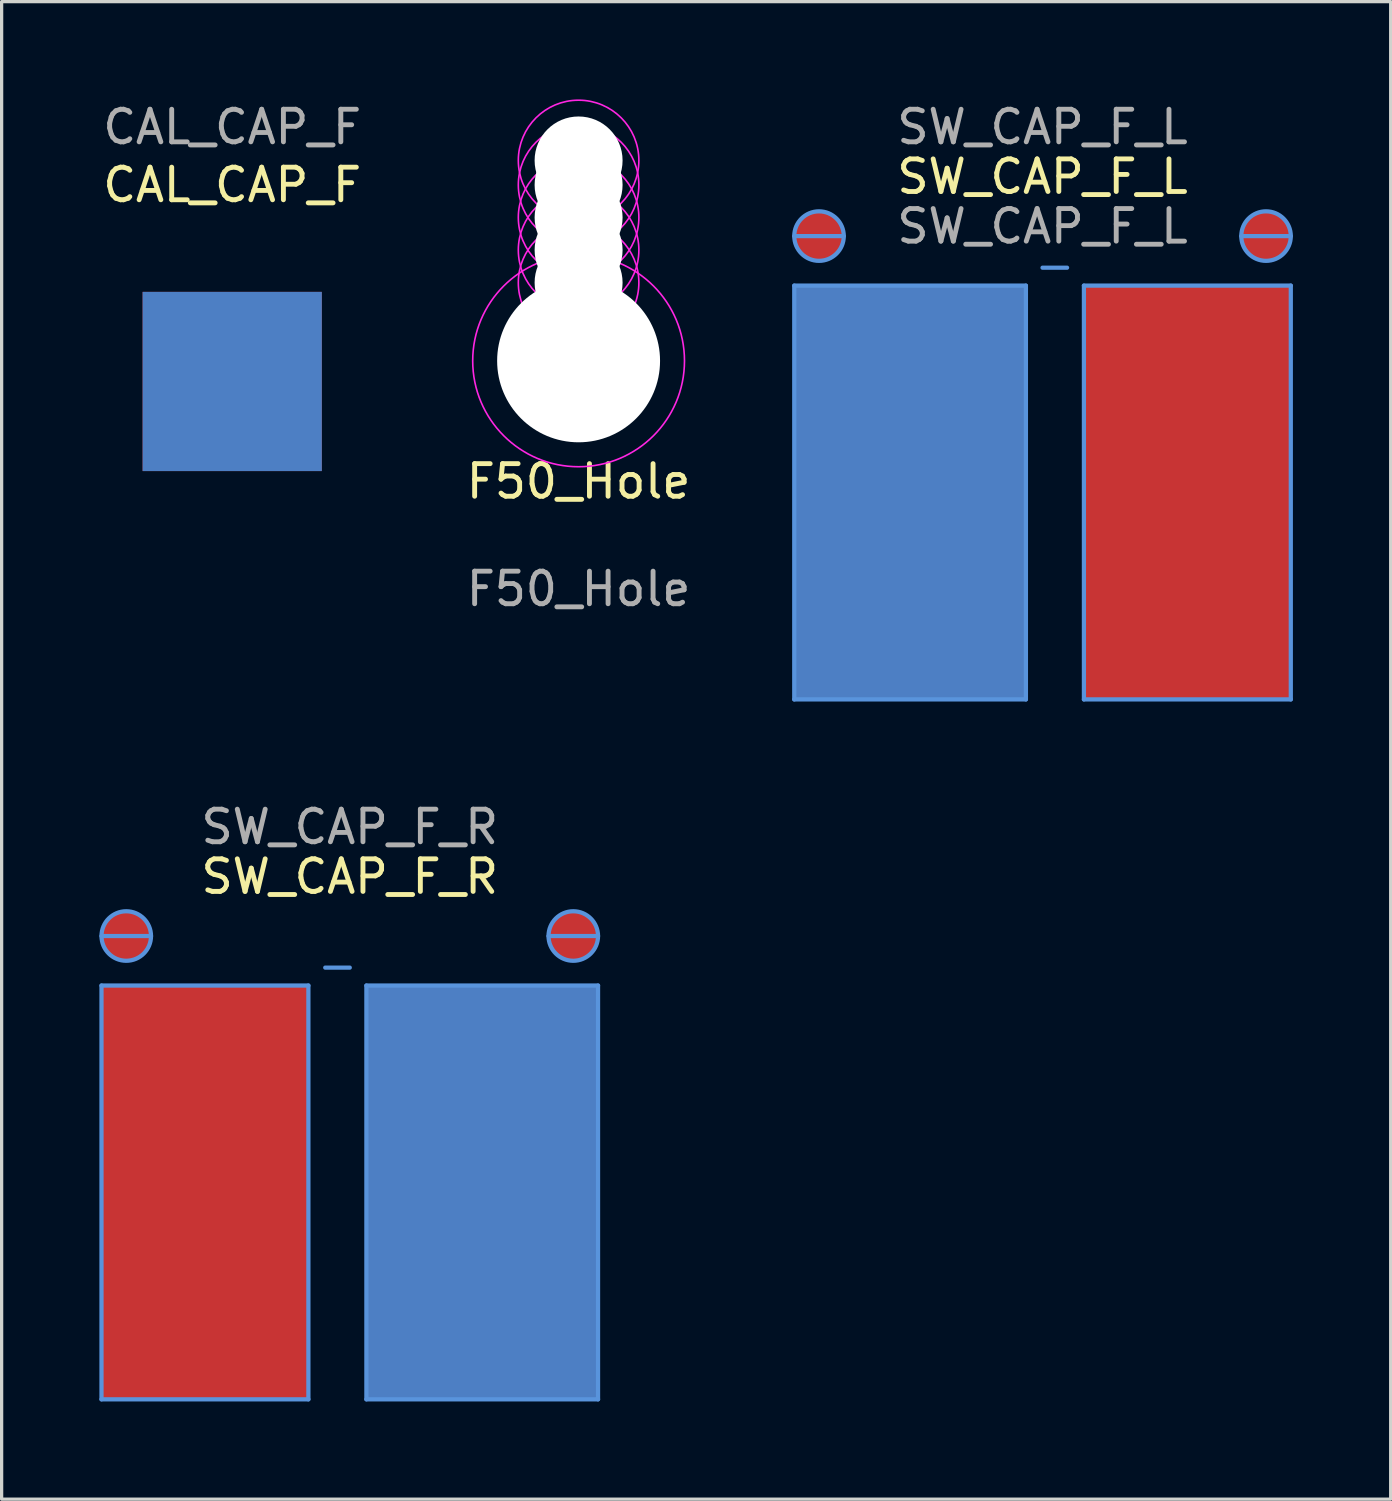
<source format=kicad_pcb>
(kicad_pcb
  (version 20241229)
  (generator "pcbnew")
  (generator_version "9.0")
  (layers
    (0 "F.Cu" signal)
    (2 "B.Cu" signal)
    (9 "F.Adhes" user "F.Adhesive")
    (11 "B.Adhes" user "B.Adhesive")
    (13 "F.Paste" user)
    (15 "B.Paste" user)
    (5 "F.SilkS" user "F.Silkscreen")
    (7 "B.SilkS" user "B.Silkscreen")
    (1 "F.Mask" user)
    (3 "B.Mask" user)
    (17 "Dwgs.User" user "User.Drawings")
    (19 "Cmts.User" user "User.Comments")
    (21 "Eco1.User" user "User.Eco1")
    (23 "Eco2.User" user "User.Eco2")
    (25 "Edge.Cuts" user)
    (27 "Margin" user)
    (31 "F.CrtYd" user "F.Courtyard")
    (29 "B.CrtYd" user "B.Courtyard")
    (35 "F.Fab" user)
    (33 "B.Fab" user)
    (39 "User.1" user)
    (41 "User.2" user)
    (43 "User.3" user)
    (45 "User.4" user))
  (footprint "SW_CAP_F_L"
    (layer "F.Cu")
    (at 28.947 5.166)
    (property "Reference" "SW_CAP_F_L" (at 0 -2.794 0) (unlocked yes) (layer "F.SilkS") (effects (font (size 1 1) (thickness 0.15))))
    (attr smd)
    (fp_line (start -7.62 -0.97) (end -6.1 -0.97) (stroke (width 0.13) (type solid)) (layer "Cmts.User"))
    (fp_line (start -7.62 0.55) (end -7.62 13.25) (stroke (width 0.13) (type solid)) (layer "Cmts.User"))
    (fp_line (start -7.62 13.25) (end -0.51 13.25) (stroke (width 0.13) (type solid)) (layer "Cmts.User"))
    (fp_line (start -0.51 0.55) (end -7.62 0.55) (stroke (width 0.13) (type solid)) (layer "Cmts.User"))
    (fp_line (start -0.51 13.25) (end -0.51 0.55) (stroke (width 0.13) (type solid)) (layer "Cmts.User"))
    (fp_line (start 0.753 0) (end 0 0) (stroke (width 0.13) (type solid)) (layer "Cmts.User"))
    (fp_line (start 1.27 0.55) (end 7.62 0.55) (stroke (width 0.13) (type solid)) (layer "Cmts.User"))
    (fp_line (start 1.27 13.25) (end 1.27 0.55) (stroke (width 0.13) (type solid)) (layer "Cmts.User"))
    (fp_line (start 6.1 -0.97) (end 7.62 -0.97) (stroke (width 0.13) (type solid)) (layer "Cmts.User"))
    (fp_line (start 7.62 0.55) (end 7.62 13.25) (stroke (width 0.13) (type solid)) (layer "Cmts.User"))
    (fp_line (start 7.62 13.25) (end 1.27 13.25) (stroke (width 0.13) (type solid)) (layer "Cmts.User"))
    (fp_circle (center -6.86 -0.97) (end -6.1 -0.97) (stroke (width 0.13) (type solid)) (fill no) (layer "Cmts.User"))
    (fp_circle (center 6.86 -0.97) (end 7.62 -0.97) (stroke (width 0.13) (type solid)) (fill no) (layer "Cmts.User"))
    (fp_text user "${REFERENCE}" (at 0 -4.318 0) (unlocked yes) (layer "F.Fab") (effects (font (size 1 1) (thickness 0.15))))
    (fp_text user "SW_CAP_F_L" (at 0 -1.27 0) (unlocked yes) (layer "F.Fab") (effects (font (size 1 1) (thickness 0.15))))
    (pad "COL" smd rect (at -4.065 6.9) (size 7.11 12.7) (layers "B.Cu"))
    (pad "REF" smd rect (at -4.065 6.9) (size 7.11 12.7) (layers "F.Cu"))
    (pad "ROW" smd rect (at 4.445 6.9) (size 6.35 12.7) (layers "F.Cu"))
    (pad "X" smd circle (at 6.86 -0.97) (size 1.52 1.52) (layers "F.Cu"))
    (pad "Y" smd circle (at -6.86 -0.97) (size 1.52 1.52) (layers "F.Cu")))
  (footprint "SW_CAP_F_R"
    (layer "F.Cu")
    (at 7.685 26.648)
    (property "Reference" "SW_CAP_F_R" (at 0 -2.794 0) (unlocked yes) (layer "F.SilkS") (effects (font (size 1 1) (thickness 0.15))))
    (attr smd)
    (fp_line (start -7.62 0.55) (end -7.62 13.25) (stroke (width 0.13) (type solid)) (layer "Cmts.User"))
    (fp_line (start -7.62 13.25) (end -1.27 13.25) (stroke (width 0.13) (type solid)) (layer "Cmts.User"))
    (fp_line (start -6.1 -0.97) (end -7.62 -0.97) (stroke (width 0.13) (type solid)) (layer "Cmts.User"))
    (fp_line (start -1.27 0.55) (end -7.62 0.55) (stroke (width 0.13) (type solid)) (layer "Cmts.User"))
    (fp_line (start -1.27 13.25) (end -1.27 0.55) (stroke (width 0.13) (type solid)) (layer "Cmts.User"))
    (fp_line (start -0.753 0) (end 0 0) (stroke (width 0.13) (type solid)) (layer "Cmts.User"))
    (fp_line (start 0.51 0.55) (end 7.62 0.55) (stroke (width 0.13) (type solid)) (layer "Cmts.User"))
    (fp_line (start 0.51 13.25) (end 0.51 0.55) (stroke (width 0.13) (type solid)) (layer "Cmts.User"))
    (fp_line (start 7.62 -0.97) (end 6.1 -0.97) (stroke (width 0.13) (type solid)) (layer "Cmts.User"))
    (fp_line (start 7.62 0.55) (end 7.62 13.25) (stroke (width 0.13) (type solid)) (layer "Cmts.User"))
    (fp_line (start 7.62 13.25) (end 0.51 13.25) (stroke (width 0.13) (type solid)) (layer "Cmts.User"))
    (fp_circle (center -6.86 -0.97) (end -7.62 -0.97) (stroke (width 0.13) (type solid)) (fill no) (layer "Cmts.User"))
    (fp_circle (center 6.86 -0.97) (end 6.1 -0.97) (stroke (width 0.13) (type solid)) (fill no) (layer "Cmts.User"))
    (fp_text user "${REFERENCE}" (at 0 -4.318 0) (unlocked yes) (layer "F.Fab") (effects (font (size 1 1) (thickness 0.15))))
    (pad "COL" smd rect (at 4.065 6.9) (size 7.11 12.7) (layers "B.Cu"))
    (pad "REF" smd rect (at 4.065 6.9) (size 7.11 12.7) (layers "F.Cu"))
    (pad "ROW" smd rect (at -4.445 6.9) (size 6.35 12.7) (layers "F.Cu"))
    (pad "X" smd circle (at -6.86 -0.97) (size 1.52 1.52) (layers "F.Cu"))
    (pad "Y" smd circle (at 6.86 -0.97) (size 1.52 1.52) (layers "F.Cu")))
  (footprint "CAL_CAP_F"
    (layer "F.Cu")
    (at 4.077 8.658)
    (property "Reference" "CAL_CAP_F" (at 0 -6.032 0) (unlocked yes) (layer "F.SilkS") (effects (font (size 1 1) (thickness 0.15))))
    (attr smd)
    (fp_text user "${REFERENCE}" (at 0 -7.81 0) (unlocked yes) (layer "F.Fab") (effects (font (size 1 1) (thickness 0.15))))
    (pad "COL" smd rect (at 0 0) (size 5.5 5.5) (layers "B.Cu"))
    (pad "ROW" smd rect (at 0 0) (size 5.5 5.5) (layers "F.Cu")))
  (footprint "F50_Hole"
    (layer "F.Cu")
    (at 14.708 8.025)
    (property "Reference" "F50_Hole" (at 0 3.7 0) (layer "F.SilkS") (effects (font (size 1 1) (thickness 0.15))))
    (attr exclude_from_pos_files exclude_from_bom)
    (fp_circle (center 0 -6.15) (end 1.85 -6.15) (stroke (width 0.05) (type solid)) (fill no) (layer "F.CrtYd"))
    (fp_circle (center 0 -5.4) (end 1.85 -5.4) (stroke (width 0.05) (type solid)) (fill no) (layer "F.CrtYd"))
    (fp_circle (center 0 -4.4) (end 1.85 -4.4) (stroke (width 0.05) (type solid)) (fill no) (layer "F.CrtYd"))
    (fp_circle (center 0 -3.4) (end 1.85 -3.4) (stroke (width 0.05) (type solid)) (fill no) (layer "F.CrtYd"))
    (fp_circle (center 0 -2.4) (end 1.85 -2.4) (stroke (width 0.05) (type solid)) (fill no) (layer "F.CrtYd"))
    (fp_circle (center 0 0) (end 3.25 0) (stroke (width 0.05) (type solid)) (fill no) (layer "F.CrtYd"))
    (fp_text user "${REFERENCE}" (at 0 7 0) (layer "F.Fab") (effects (font (size 1 1) (thickness 0.15))))
    (pad "" np_thru_hole circle (at 0 -6.15) (size 2.7 2.7) (drill 2.7) (layers "*.Cu" "*.Mask"))
    (pad "" np_thru_hole circle (at 0 -5.4) (size 2.7 2.7) (drill 2.7) (layers "*.Cu" "*.Mask"))
    (pad "" np_thru_hole circle (at 0 -4.4) (size 2.7 2.7) (drill 2.7) (layers "*.Cu" "*.Mask"))
    (pad "" np_thru_hole circle (at 0 -3.4) (size 2.7 2.7) (drill 2.7) (layers "*.Cu" "*.Mask"))
    (pad "" np_thru_hole circle (at 0 -2.4) (size 2.7 2.7) (drill 2.7) (layers "*.Cu" "*.Mask"))
    (pad "" np_thru_hole circle (at 0 0) (size 5 5) (drill 5) (layers "*.Cu" "*.Mask")))
  (gr_rect
    (start -3 -3)
    (end 39.632 42.962)
    (stroke (width 0.1) (type default))
    (fill no)
    (layer "Edge.Cuts")))
</source>
